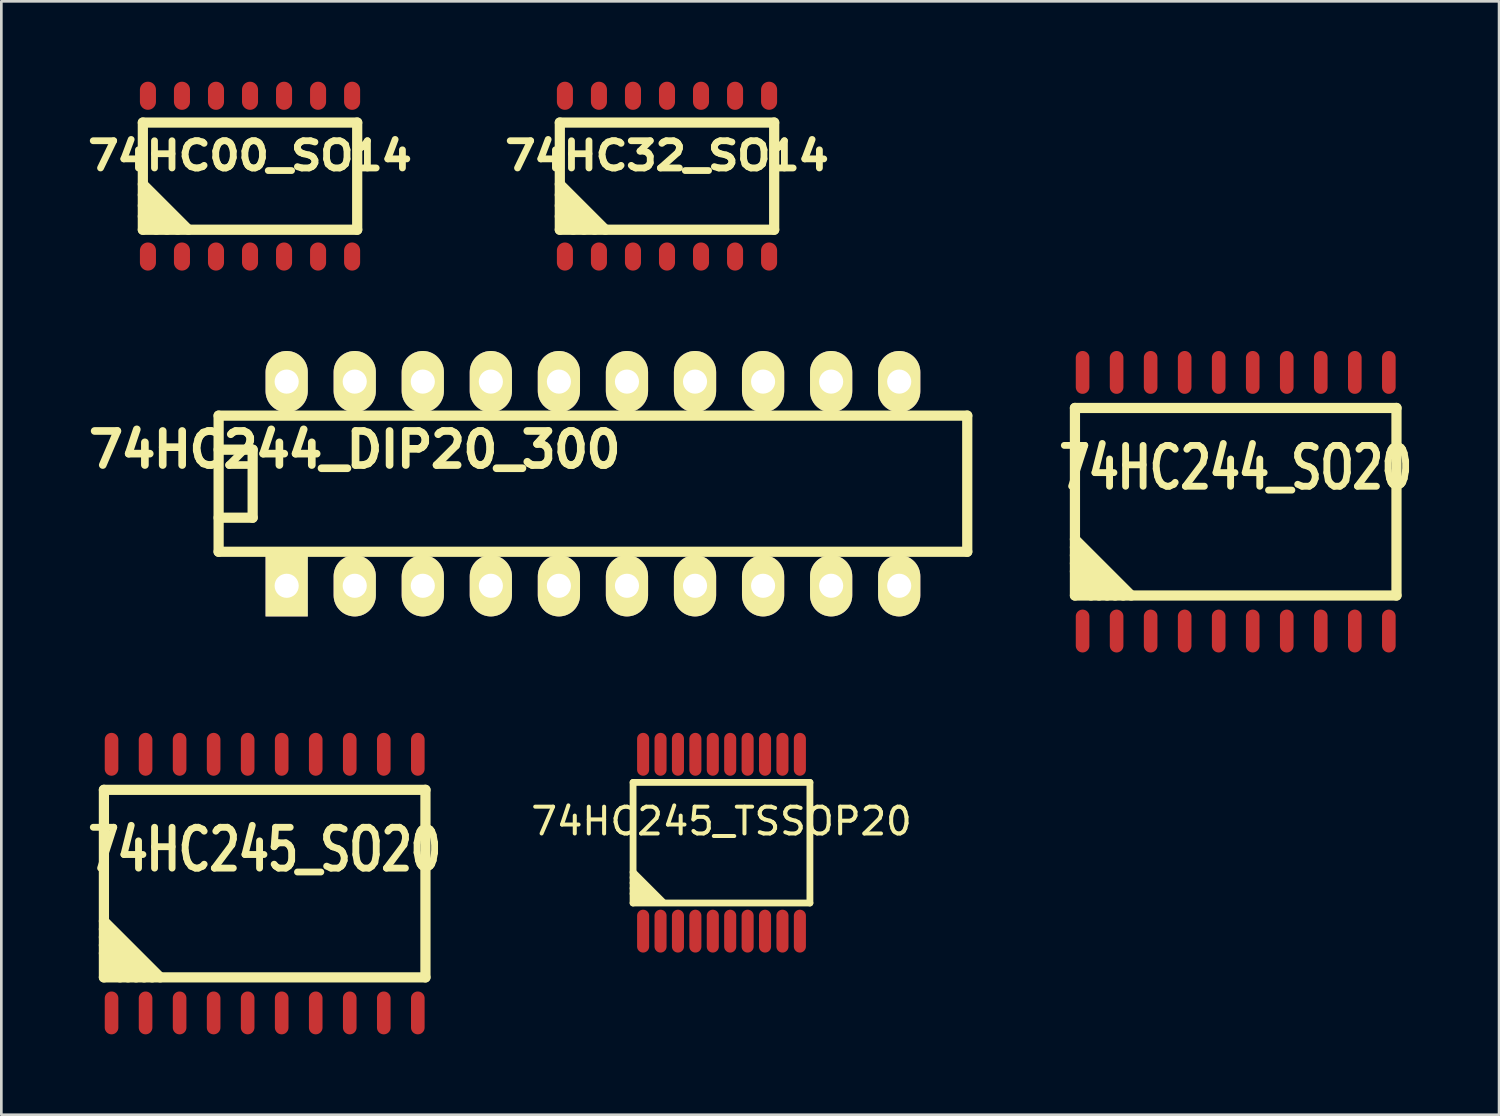
<source format=kicad_pcb>
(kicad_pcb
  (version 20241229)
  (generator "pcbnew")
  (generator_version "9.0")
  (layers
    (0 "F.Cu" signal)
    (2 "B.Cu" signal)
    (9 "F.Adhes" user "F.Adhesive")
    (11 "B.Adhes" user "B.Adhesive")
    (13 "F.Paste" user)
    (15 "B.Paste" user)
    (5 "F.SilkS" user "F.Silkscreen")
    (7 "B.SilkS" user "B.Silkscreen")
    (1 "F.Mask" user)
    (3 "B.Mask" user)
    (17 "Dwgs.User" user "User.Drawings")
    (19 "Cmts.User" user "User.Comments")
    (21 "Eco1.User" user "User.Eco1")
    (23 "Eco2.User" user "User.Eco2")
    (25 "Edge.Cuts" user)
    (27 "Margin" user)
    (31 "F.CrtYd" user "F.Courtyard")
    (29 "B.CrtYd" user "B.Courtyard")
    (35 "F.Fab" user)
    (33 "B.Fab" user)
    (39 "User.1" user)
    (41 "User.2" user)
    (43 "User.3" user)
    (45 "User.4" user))
  (footprint "74HC00_SO14"
    (layer "F.Cu")
    (at 6.281 3.524)
    (property "Reference" "74HC00_SO14" (at 0 -0.762 0) (layer "F.SilkS") (effects (font (size 1.016 1.143) (thickness 0.254))))
    (attr smd)
    (fp_line (start -4 -2) (end -4 2) (stroke (width 0.381) (type solid)) (layer "F.SilkS"))
    (fp_line (start -4 2) (end 4 2) (stroke (width 0.381) (type solid)) (layer "F.SilkS"))
    (fp_line (start -3.5 2) (end -4 1.5) (stroke (width 0.381) (type solid)) (layer "F.SilkS"))
    (fp_line (start -3.1 2) (end -4 1.1) (stroke (width 0.381) (type solid)) (layer "F.SilkS"))
    (fp_line (start -2.7 2) (end -4 0.7) (stroke (width 0.381) (type solid)) (layer "F.SilkS"))
    (fp_line (start -2.3 2) (end -4 0.3) (stroke (width 0.381) (type solid)) (layer "F.SilkS"))
    (fp_line (start 4 -2) (end -4 -2) (stroke (width 0.381) (type solid)) (layer "F.SilkS"))
    (fp_line (start 4 2) (end 4 -2) (stroke (width 0.381) (type solid)) (layer "F.SilkS"))
    (pad "1" smd oval (at -3.81 3) (size 0.599 1.049) (layers "F.Cu" "F.Mask" "F.Paste"))
    (pad "2" smd oval (at -2.54 3) (size 0.599 1.049) (layers "F.Cu" "F.Mask" "F.Paste"))
    (pad "3" smd oval (at -1.27 3) (size 0.599 1.049) (layers "F.Cu" "F.Mask" "F.Paste"))
    (pad "4" smd oval (at 0 3) (size 0.599 1.049) (layers "F.Cu" "F.Mask" "F.Paste"))
    (pad "5" smd oval (at 1.27 3) (size 0.599 1.049) (layers "F.Cu" "F.Mask" "F.Paste"))
    (pad "6" smd oval (at 2.54 3) (size 0.599 1.049) (layers "F.Cu" "F.Mask" "F.Paste"))
    (pad "7" smd oval (at 3.81 3) (size 0.599 1.049) (layers "F.Cu" "F.Mask" "F.Paste"))
    (pad "8" smd oval (at 3.81 -3) (size 0.599 1.049) (layers "F.Cu" "F.Mask" "F.Paste"))
    (pad "9" smd oval (at 2.54 -3) (size 0.599 1.049) (layers "F.Cu" "F.Mask" "F.Paste"))
    (pad "10" smd oval (at 1.27 -3) (size 0.599 1.049) (layers "F.Cu" "F.Mask" "F.Paste"))
    (pad "11" smd oval (at 0 -3) (size 0.599 1.049) (layers "F.Cu" "F.Mask" "F.Paste"))
    (pad "12" smd oval (at -1.27 -3) (size 0.599 1.049) (layers "F.Cu" "F.Mask" "F.Paste"))
    (pad "13" smd oval (at -2.54 -3) (size 0.599 1.049) (layers "F.Cu" "F.Mask" "F.Paste"))
    (pad "14" smd oval (at -3.81 -3) (size 0.599 1.049) (layers "F.Cu" "F.Mask" "F.Paste")))
  (footprint "74HC32_SO14"
    (layer "F.Cu")
    (at 21.843 3.524)
    (property "Reference" "74HC32_SO14" (at 0 -0.762 0) (layer "F.SilkS") (effects (font (size 1.016 1.143) (thickness 0.254))))
    (attr smd)
    (fp_line (start -4 -2) (end -4 2) (stroke (width 0.381) (type solid)) (layer "F.SilkS"))
    (fp_line (start -4 2) (end 4 2) (stroke (width 0.381) (type solid)) (layer "F.SilkS"))
    (fp_line (start -3.5 2) (end -4 1.5) (stroke (width 0.381) (type solid)) (layer "F.SilkS"))
    (fp_line (start -3.1 2) (end -4 1.1) (stroke (width 0.381) (type solid)) (layer "F.SilkS"))
    (fp_line (start -2.7 2) (end -4 0.7) (stroke (width 0.381) (type solid)) (layer "F.SilkS"))
    (fp_line (start -2.3 2) (end -4 0.3) (stroke (width 0.381) (type solid)) (layer "F.SilkS"))
    (fp_line (start 4 -2) (end -4 -2) (stroke (width 0.381) (type solid)) (layer "F.SilkS"))
    (fp_line (start 4 2) (end 4 -2) (stroke (width 0.381) (type solid)) (layer "F.SilkS"))
    (pad "1" smd oval (at -3.81 3) (size 0.599 1.049) (layers "F.Cu" "F.Mask" "F.Paste"))
    (pad "2" smd oval (at -2.54 3) (size 0.599 1.049) (layers "F.Cu" "F.Mask" "F.Paste"))
    (pad "3" smd oval (at -1.27 3) (size 0.599 1.049) (layers "F.Cu" "F.Mask" "F.Paste"))
    (pad "4" smd oval (at 0 3) (size 0.599 1.049) (layers "F.Cu" "F.Mask" "F.Paste"))
    (pad "5" smd oval (at 1.27 3) (size 0.599 1.049) (layers "F.Cu" "F.Mask" "F.Paste"))
    (pad "6" smd oval (at 2.54 3) (size 0.599 1.049) (layers "F.Cu" "F.Mask" "F.Paste"))
    (pad "7" smd oval (at 3.81 3) (size 0.599 1.049) (layers "F.Cu" "F.Mask" "F.Paste"))
    (pad "8" smd oval (at 3.81 -3) (size 0.599 1.049) (layers "F.Cu" "F.Mask" "F.Paste"))
    (pad "9" smd oval (at 2.54 -3) (size 0.599 1.049) (layers "F.Cu" "F.Mask" "F.Paste"))
    (pad "10" smd oval (at 1.27 -3) (size 0.599 1.049) (layers "F.Cu" "F.Mask" "F.Paste"))
    (pad "11" smd oval (at 0 -3) (size 0.599 1.049) (layers "F.Cu" "F.Mask" "F.Paste"))
    (pad "12" smd oval (at -1.27 -3) (size 0.599 1.049) (layers "F.Cu" "F.Mask" "F.Paste"))
    (pad "13" smd oval (at -2.54 -3) (size 0.599 1.049) (layers "F.Cu" "F.Mask" "F.Paste"))
    (pad "14" smd oval (at -3.81 -3) (size 0.599 1.049) (layers "F.Cu" "F.Mask" "F.Paste")))
  (footprint "74HC245_SO20"
    (layer "F.Cu")
    (at 6.828 29.927)
    (property "Reference" "74HC245_SO20" (at 0 -1.27 0) (layer "F.SilkS") (effects (font (size 1.524 1.143) (thickness 0.256))))
    (attr smd)
    (fp_line (start -6 -3.5) (end -6 3.5) (stroke (width 0.381) (type solid)) (layer "F.SilkS"))
    (fp_line (start -6 3.5) (end 6 3.5) (stroke (width 0.381) (type solid)) (layer "F.SilkS"))
    (fp_line (start -5.4 3.5) (end -5.9 3) (stroke (width 0.381) (type solid)) (layer "F.SilkS"))
    (fp_line (start -5.1 3.5) (end -6 2.6) (stroke (width 0.381) (type solid)) (layer "F.SilkS"))
    (fp_line (start -4.8 3.5) (end -6 2.3) (stroke (width 0.381) (type solid)) (layer "F.SilkS"))
    (fp_line (start -4.5 3.5) (end -6 2) (stroke (width 0.381) (type solid)) (layer "F.SilkS"))
    (fp_line (start -4.2 3.5) (end -6 1.7) (stroke (width 0.381) (type solid)) (layer "F.SilkS"))
    (fp_line (start -3.9 3.5) (end -6 1.4) (stroke (width 0.381) (type solid)) (layer "F.SilkS"))
    (fp_line (start 6 -3.5) (end -6 -3.5) (stroke (width 0.381) (type solid)) (layer "F.SilkS"))
    (fp_line (start 6 3.5) (end 6 -3.5) (stroke (width 0.381) (type solid)) (layer "F.SilkS"))
    (pad "1" smd oval (at -5.715 4.826) (size 0.508 1.6) (layers "F.Cu" "F.Mask" "F.Paste"))
    (pad "2" smd oval (at -4.445 4.826) (size 0.508 1.6) (layers "F.Cu" "F.Mask" "F.Paste"))
    (pad "3" smd oval (at -3.175 4.826) (size 0.508 1.6) (layers "F.Cu" "F.Mask" "F.Paste"))
    (pad "4" smd oval (at -1.905 4.826) (size 0.508 1.6) (layers "F.Cu" "F.Mask" "F.Paste"))
    (pad "5" smd oval (at -0.635 4.826) (size 0.508 1.6) (layers "*.Paste" "F.Cu" "F.Mask"))
    (pad "6" smd oval (at 0.635 4.826) (size 0.508 1.6) (layers "F.Cu" "F.Mask" "F.Paste"))
    (pad "7" smd oval (at 1.905 4.826) (size 0.508 1.6) (layers "F.Cu" "F.Mask" "F.Paste"))
    (pad "8" smd oval (at 3.175 4.826) (size 0.508 1.6) (layers "F.Cu" "F.Mask" "F.Paste"))
    (pad "9" smd oval (at 4.445 4.826) (size 0.508 1.6) (layers "F.Cu" "F.Mask" "F.Paste"))
    (pad "10" smd oval (at 5.715 4.826) (size 0.508 1.6) (layers "F.Cu" "F.Mask" "F.Paste"))
    (pad "11" smd oval (at 5.715 -4.826) (size 0.508 1.6) (layers "F.Cu" "F.Mask" "F.Paste"))
    (pad "12" smd oval (at 4.445 -4.826) (size 0.508 1.6) (layers "F.Cu" "F.Mask" "F.Paste"))
    (pad "13" smd oval (at 3.175 -4.826) (size 0.508 1.6) (layers "F.Cu" "F.Mask" "F.Paste"))
    (pad "14" smd oval (at 1.905 -4.826) (size 0.508 1.6) (layers "F.Cu" "F.Mask" "F.Paste"))
    (pad "15" smd oval (at 0.635 -4.826) (size 0.508 1.6) (layers "F.Cu" "F.Mask" "F.Paste"))
    (pad "16" smd oval (at -0.635 -4.826) (size 0.508 1.6) (layers "F.Cu" "F.Mask" "F.Paste"))
    (pad "17" smd oval (at -1.905 -4.826) (size 0.508 1.6) (layers "F.Cu" "F.Mask" "F.Paste"))
    (pad "18" smd oval (at -3.175 -4.826) (size 0.508 1.6) (layers "F.Cu" "F.Mask" "F.Paste"))
    (pad "19" smd oval (at -4.445 -4.826) (size 0.508 1.6) (layers "F.Cu" "F.Mask" "F.Paste"))
    (pad "20" smd oval (at -5.715 -4.826) (size 0.508 1.6) (layers "F.Cu" "F.Mask" "F.Paste")))
  (footprint "74HC244_SO20"
    (layer "F.Cu")
    (at 43.068 15.675)
    (property "Reference" "74HC244_SO20" (at 0 -1.27 0) (layer "F.SilkS") (effects (font (size 1.524 1.143) (thickness 0.256))))
    (attr smd)
    (fp_line (start -6 -3.5) (end -6 3.5) (stroke (width 0.381) (type solid)) (layer "F.SilkS"))
    (fp_line (start -6 3.5) (end 6 3.5) (stroke (width 0.381) (type solid)) (layer "F.SilkS"))
    (fp_line (start -5.4 3.5) (end -5.9 3) (stroke (width 0.381) (type solid)) (layer "F.SilkS"))
    (fp_line (start -5.1 3.5) (end -6 2.6) (stroke (width 0.381) (type solid)) (layer "F.SilkS"))
    (fp_line (start -4.8 3.5) (end -6 2.3) (stroke (width 0.381) (type solid)) (layer "F.SilkS"))
    (fp_line (start -4.5 3.5) (end -6 2) (stroke (width 0.381) (type solid)) (layer "F.SilkS"))
    (fp_line (start -4.2 3.5) (end -6 1.7) (stroke (width 0.381) (type solid)) (layer "F.SilkS"))
    (fp_line (start -3.9 3.5) (end -6 1.4) (stroke (width 0.381) (type solid)) (layer "F.SilkS"))
    (fp_line (start 6 -3.5) (end -6 -3.5) (stroke (width 0.381) (type solid)) (layer "F.SilkS"))
    (fp_line (start 6 3.5) (end 6 -3.5) (stroke (width 0.381) (type solid)) (layer "F.SilkS"))
    (pad "1" smd oval (at -5.715 4.826) (size 0.508 1.6) (layers "F.Cu" "F.Mask" "F.Paste"))
    (pad "2" smd oval (at -4.445 4.826) (size 0.508 1.6) (layers "F.Cu" "F.Mask" "F.Paste"))
    (pad "3" smd oval (at -3.175 4.826) (size 0.508 1.6) (layers "F.Cu" "F.Mask" "F.Paste"))
    (pad "4" smd oval (at -1.905 4.826) (size 0.508 1.6) (layers "F.Cu" "F.Mask" "F.Paste"))
    (pad "5" smd oval (at -0.635 4.826) (size 0.508 1.6) (layers "*.Paste" "F.Cu" "F.Mask"))
    (pad "6" smd oval (at 0.635 4.826) (size 0.508 1.6) (layers "F.Cu" "F.Mask" "F.Paste"))
    (pad "7" smd oval (at 1.905 4.826) (size 0.508 1.6) (layers "F.Cu" "F.Mask" "F.Paste"))
    (pad "8" smd oval (at 3.175 4.826) (size 0.508 1.6) (layers "F.Cu" "F.Mask" "F.Paste"))
    (pad "9" smd oval (at 4.445 4.826) (size 0.508 1.6) (layers "F.Cu" "F.Mask" "F.Paste"))
    (pad "10" smd oval (at 5.715 4.826) (size 0.508 1.6) (layers "F.Cu" "F.Mask" "F.Paste"))
    (pad "11" smd oval (at 5.715 -4.826) (size 0.508 1.6) (layers "F.Cu" "F.Mask" "F.Paste"))
    (pad "12" smd oval (at 4.445 -4.826) (size 0.508 1.6) (layers "F.Cu" "F.Mask" "F.Paste"))
    (pad "13" smd oval (at 3.175 -4.826) (size 0.508 1.6) (layers "F.Cu" "F.Mask" "F.Paste"))
    (pad "14" smd oval (at 1.905 -4.826) (size 0.508 1.6) (layers "F.Cu" "F.Mask" "F.Paste"))
    (pad "15" smd oval (at 0.635 -4.826) (size 0.508 1.6) (layers "F.Cu" "F.Mask" "F.Paste"))
    (pad "16" smd oval (at -0.635 -4.826) (size 0.508 1.6) (layers "F.Cu" "F.Mask" "F.Paste"))
    (pad "17" smd oval (at -1.905 -4.826) (size 0.508 1.6) (layers "F.Cu" "F.Mask" "F.Paste"))
    (pad "18" smd oval (at -3.175 -4.826) (size 0.508 1.6) (layers "F.Cu" "F.Mask" "F.Paste"))
    (pad "19" smd oval (at -4.445 -4.826) (size 0.508 1.6) (layers "F.Cu" "F.Mask" "F.Paste"))
    (pad "20" smd oval (at -5.715 -4.826) (size 0.508 1.6) (layers "F.Cu" "F.Mask" "F.Paste")))
  (footprint "74HC245_TSSOP20"
    (layer "F.Cu")
    (at 23.877 28.401)
    (property "Reference" "74HC245_TSSOP20" (at 0 -0.8 0) (layer "F.SilkS") (effects (font (size 1 1) (thickness 0.15))))
    (attr smd)
    (fp_line (start -3.3 -2.25) (end -3.3 2.25) (stroke (width 0.254) (type solid)) (layer "F.SilkS"))
    (fp_line (start -3.3 1.1) (end -2.2 2.2) (stroke (width 0.254) (type solid)) (layer "F.SilkS"))
    (fp_line (start -3.3 1.3) (end -2.4 2.2) (stroke (width 0.254) (type solid)) (layer "F.SilkS"))
    (fp_line (start -3.3 1.5) (end -2.6 2.2) (stroke (width 0.254) (type solid)) (layer "F.SilkS"))
    (fp_line (start -3.3 1.7) (end -2.8 2.2) (stroke (width 0.254) (type solid)) (layer "F.SilkS"))
    (fp_line (start -3.3 1.9) (end -3 2.2) (stroke (width 0.254) (type solid)) (layer "F.SilkS"))
    (fp_line (start -3.3 2.25) (end 3.3 2.25) (stroke (width 0.254) (type solid)) (layer "F.SilkS"))
    (fp_line (start 3.3 -2.25) (end -3.3 -2.25) (stroke (width 0.254) (type solid)) (layer "F.SilkS"))
    (fp_line (start 3.3 2.25) (end 3.3 -2.25) (stroke (width 0.254) (type solid)) (layer "F.SilkS"))
    (pad "1" smd oval (at -2.925 3.3) (size 0.45 1.6) (layers "F.Cu" "F.Mask" "F.Paste"))
    (pad "2" smd oval (at -2.275 3.3) (size 0.45 1.6) (layers "F.Cu" "F.Mask" "F.Paste"))
    (pad "3" smd oval (at -1.625 3.3) (size 0.45 1.6) (layers "F.Cu" "F.Mask" "F.Paste"))
    (pad "4" smd oval (at -0.975 3.3) (size 0.45 1.6) (layers "F.Cu" "F.Mask" "F.Paste"))
    (pad "5" smd oval (at -0.325 3.3) (size 0.45 1.6) (layers "F.Cu" "F.Mask" "F.Paste"))
    (pad "6" smd oval (at 0.325 3.3) (size 0.45 1.6) (layers "F.Cu" "F.Mask" "F.Paste"))
    (pad "7" smd oval (at 0.975 3.3) (size 0.45 1.6) (layers "F.Cu" "F.Mask" "F.Paste"))
    (pad "8" smd oval (at 1.625 3.3) (size 0.45 1.6) (layers "F.Cu" "F.Mask" "F.Paste"))
    (pad "9" smd oval (at 2.275 3.3) (size 0.45 1.6) (layers "F.Cu" "F.Mask" "F.Paste"))
    (pad "10" smd oval (at 2.925 3.3) (size 0.45 1.6) (layers "F.Cu" "F.Mask" "F.Paste"))
    (pad "11" smd oval (at 2.925 -3.3) (size 0.45 1.6) (layers "F.Cu" "F.Mask" "F.Paste"))
    (pad "12" smd oval (at 2.275 -3.3) (size 0.45 1.6) (layers "F.Cu" "F.Mask" "F.Paste"))
    (pad "13" smd oval (at 1.625 -3.3) (size 0.45 1.6) (layers "F.Cu" "F.Mask" "F.Paste"))
    (pad "14" smd oval (at 0.975 -3.3) (size 0.45 1.6) (layers "F.Cu" "F.Mask" "F.Paste"))
    (pad "15" smd oval (at 0.325 -3.3) (size 0.45 1.6) (layers "F.Cu" "F.Mask" "F.Paste"))
    (pad "16" smd oval (at -0.325 -3.3) (size 0.45 1.6) (layers "F.Cu" "F.Mask" "F.Paste"))
    (pad "17" smd oval (at -0.975 -3.3) (size 0.45 1.6) (layers "F.Cu" "F.Mask" "F.Paste"))
    (pad "18" smd oval (at -1.625 -3.3) (size 0.45 1.6) (layers "F.Cu" "F.Mask" "F.Paste"))
    (pad "19" smd oval (at -2.275 -3.3) (size 0.45 1.6) (layers "F.Cu" "F.Mask" "F.Paste"))
    (pad "20" smd oval (at -2.925 -3.3) (size 0.45 1.6) (layers "F.Cu" "F.Mask" "F.Paste")))
  (footprint "74HC244_DIP20_300"
    (layer "F.Cu")
    (at 19.079 15.002)
    (property "Reference" "74HC244_DIP20_300" (at -8.89 -1.27 0) (layer "F.SilkS") (effects (font (size 1.27 1.27) (thickness 0.286))))
    (attr through_hole)
    (fp_line (start -13.97 -2.54) (end 13.97 -2.54) (stroke (width 0.381) (type solid)) (layer "F.SilkS"))
    (fp_line (start -13.97 -1.27) (end -12.7 -1.27) (stroke (width 0.381) (type solid)) (layer "F.SilkS"))
    (fp_line (start -13.97 2.54) (end -13.97 -2.54) (stroke (width 0.381) (type solid)) (layer "F.SilkS"))
    (fp_line (start -12.7 -1.27) (end -12.7 1.27) (stroke (width 0.381) (type solid)) (layer "F.SilkS"))
    (fp_line (start -12.7 1.27) (end -13.97 1.27) (stroke (width 0.381) (type solid)) (layer "F.SilkS"))
    (fp_line (start 13.97 -2.54) (end 13.97 2.54) (stroke (width 0.381) (type solid)) (layer "F.SilkS"))
    (fp_line (start 13.97 2.54) (end -13.97 2.54) (stroke (width 0.381) (type solid)) (layer "F.SilkS"))
    (pad "1" thru_hole rect (at -11.43 3.81) (size 1.575 2.286) (drill 0.9) (layers "*.Cu" "*.Mask" "F.SilkS"))
    (pad "2" thru_hole oval (at -8.89 3.81) (size 1.575 2.286) (drill 0.9) (layers "*.Cu" "*.Mask" "F.SilkS"))
    (pad "3" thru_hole oval (at -6.35 3.81) (size 1.575 2.286) (drill 0.9) (layers "*.Cu" "*.Mask" "F.SilkS"))
    (pad "4" thru_hole oval (at -3.81 3.81) (size 1.575 2.286) (drill 0.9) (layers "*.Cu" "*.Mask" "F.SilkS"))
    (pad "5" thru_hole oval (at -1.27 3.81) (size 1.575 2.286) (drill 0.9) (layers "*.Cu" "*.Mask" "F.SilkS"))
    (pad "6" thru_hole oval (at 1.27 3.81) (size 1.575 2.286) (drill 0.9) (layers "*.Cu" "*.Mask" "F.SilkS"))
    (pad "7" thru_hole oval (at 3.81 3.81) (size 1.575 2.286) (drill 0.9) (layers "*.Cu" "*.Mask" "F.SilkS"))
    (pad "8" thru_hole oval (at 6.35 3.81) (size 1.575 2.286) (drill 0.9) (layers "*.Cu" "*.Mask" "F.SilkS"))
    (pad "9" thru_hole oval (at 8.89 3.81) (size 1.575 2.286) (drill 0.9) (layers "*.Cu" "*.Mask" "F.SilkS"))
    (pad "10" thru_hole oval (at 11.43 3.81) (size 1.575 2.286) (drill 0.9) (layers "*.Cu" "*.Mask" "F.SilkS"))
    (pad "11" thru_hole oval (at 11.43 -3.81) (size 1.575 2.286) (drill 0.9) (layers "*.Cu" "*.Mask" "F.SilkS"))
    (pad "12" thru_hole oval (at 8.89 -3.81) (size 1.575 2.286) (drill 0.9) (layers "*.Cu" "*.Mask" "F.SilkS"))
    (pad "13" thru_hole oval (at 6.35 -3.81) (size 1.575 2.286) (drill 0.9) (layers "*.Cu" "*.Mask" "F.SilkS"))
    (pad "14" thru_hole oval (at 3.81 -3.81) (size 1.575 2.286) (drill 0.9) (layers "*.Cu" "*.Mask" "F.SilkS"))
    (pad "15" thru_hole oval (at 1.27 -3.81) (size 1.575 2.286) (drill 0.9) (layers "*.Cu" "*.Mask" "F.SilkS"))
    (pad "16" thru_hole oval (at -1.27 -3.81) (size 1.575 2.286) (drill 0.9) (layers "*.Cu" "*.Mask" "F.SilkS"))
    (pad "17" thru_hole oval (at -3.81 -3.81) (size 1.575 2.286) (drill 0.9) (layers "*.Cu" "*.Mask" "F.SilkS"))
    (pad "18" thru_hole oval (at -6.35 -3.81) (size 1.575 2.286) (drill 0.9) (layers "*.Cu" "*.Mask" "F.SilkS"))
    (pad "19" thru_hole oval (at -8.89 -3.81) (size 1.575 2.286) (drill 0.9) (layers "*.Cu" "*.Mask" "F.SilkS"))
    (pad "20" thru_hole oval (at -11.43 -3.81) (size 1.575 2.286) (drill 0.9) (layers "*.Cu" "*.Mask" "F.SilkS")))
  (gr_rect
    (start -3 -3)
    (end 52.897 38.553)
    (stroke (width 0.1) (type default))
    (fill no)
    (layer "Edge.Cuts")))
</source>
